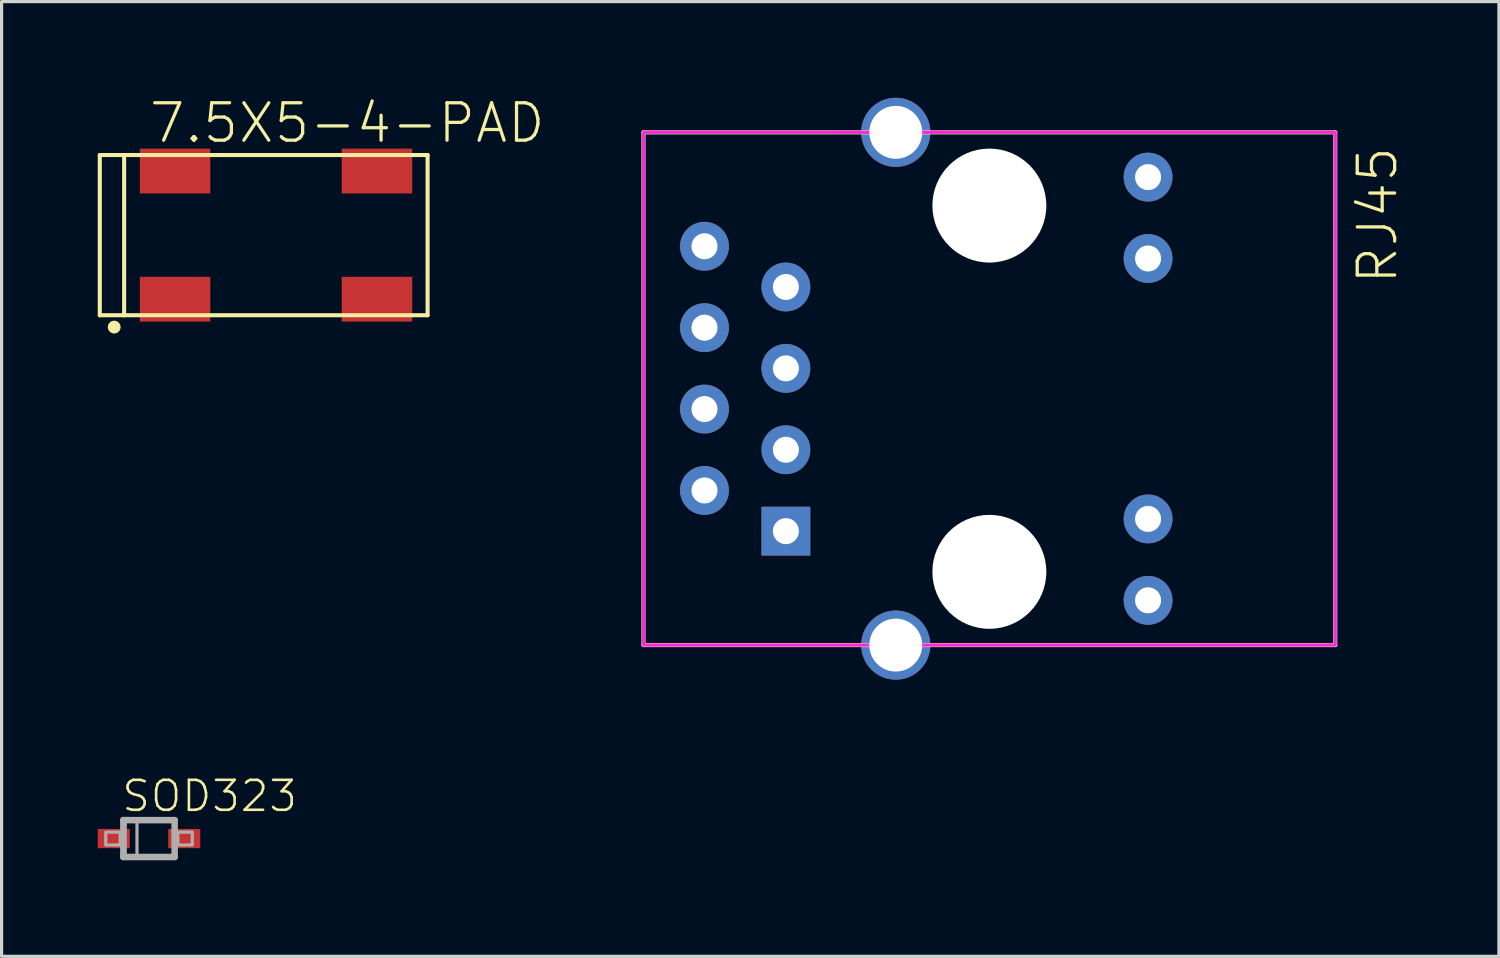
<source format=kicad_pcb>
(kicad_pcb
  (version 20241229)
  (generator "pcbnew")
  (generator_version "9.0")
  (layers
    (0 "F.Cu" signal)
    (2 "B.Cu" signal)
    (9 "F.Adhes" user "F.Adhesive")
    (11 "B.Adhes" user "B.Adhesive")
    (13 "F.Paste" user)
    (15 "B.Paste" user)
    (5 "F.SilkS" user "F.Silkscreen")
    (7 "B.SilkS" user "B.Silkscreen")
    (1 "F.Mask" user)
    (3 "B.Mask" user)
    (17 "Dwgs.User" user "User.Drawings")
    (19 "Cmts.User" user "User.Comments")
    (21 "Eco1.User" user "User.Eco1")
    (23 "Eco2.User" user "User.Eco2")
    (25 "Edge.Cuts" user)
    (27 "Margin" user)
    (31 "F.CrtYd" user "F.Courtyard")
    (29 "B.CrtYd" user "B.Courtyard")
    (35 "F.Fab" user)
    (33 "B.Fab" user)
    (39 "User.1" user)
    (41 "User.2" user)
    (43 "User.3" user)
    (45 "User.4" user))
  (footprint "7.5X5-4-PAD"
    (layer "F.Cu")
    (at 5.564 4.288)
    (property "Reference" "7.5X5-4-PAD" (at -4.019 -2.815 0) (layer "F.SilkS") (effects (font (size 1.168 1.168) (thickness 0.102)) (justify left bottom)))
    (fp_line (start -5.5 -2.5) (end -5.5 2.5) (stroke (width 0.127) (type solid)) (layer "F.SilkS"))
    (fp_line (start -5.5 -2.5) (end 4.73 -2.5) (stroke (width 0.127) (type solid)) (layer "F.SilkS"))
    (fp_line (start -5.5 2.5) (end -4.74 2.5) (stroke (width 0.127) (type solid)) (layer "F.SilkS"))
    (fp_line (start -4.74 2.5) (end -4.74 -2.46) (stroke (width 0.127) (type solid)) (layer "F.SilkS"))
    (fp_line (start 4.73 -2.5) (end 4.73 2.5) (stroke (width 0.127) (type solid)) (layer "F.SilkS"))
    (fp_line (start 4.73 2.5) (end -4.74 2.5) (stroke (width 0.127) (type solid)) (layer "F.SilkS"))
    (fp_circle (center -5.05 2.87) (end -4.95 2.87) (stroke (width 0.2) (type solid)) (fill yes) (layer "F.SilkS"))
    (pad "1" smd rect (at -3.15 2) (size 2.2 1.4) (layers "F.Cu" "F.Mask" "F.Paste"))
    (pad "2" smd rect (at 3.15 2) (size 2.2 1.4) (layers "F.Cu" "F.Mask" "F.Paste"))
    (pad "3" smd rect (at 3.15 -2 180) (size 2.2 1.4) (layers "F.Cu" "F.Mask" "F.Paste"))
    (pad "4" smd rect (at -3.15 -2 180) (size 2.2 1.4) (layers "F.Cu" "F.Mask" "F.Paste")))
  (footprint "RJ45"
    (layer "F.Cu")
    (at 27.826 9.081)
    (property "Reference" "RJ45" (at 11.43 -7.62 90) (layer "F.SilkS") (effects (font (size 1.168 1.168) (thickness 0.102)) (justify right top)))
    (fp_line (start -10.795 -8.001) (end 10.795 -8.001) (stroke (width 0.127) (type solid)) (layer "F.SilkS"))
    (fp_line (start -10.795 8.001) (end -10.795 -8.001) (stroke (width 0.127) (type solid)) (layer "F.SilkS"))
    (fp_line (start 10.795 -8.001) (end 10.795 8.001) (stroke (width 0.127) (type solid)) (layer "F.SilkS"))
    (fp_line (start 10.795 8.001) (end -10.795 8.001) (stroke (width 0.127) (type solid)) (layer "F.SilkS"))
    (fp_poly (pts (xy -10.795 8.001) (xy 10.795 8.001) (xy 10.795 -8.001) (xy -10.795 -8.001)) (stroke (width 0.1) (type default)) (fill no) (layer "F.CrtYd"))
    (fp_text user "${REFERENCE}" (at -0.635 0 0) (layer "F.Mask") (effects (font (size 0.234 0.234) (thickness 0.02)) (justify left bottom)))
    (pad "" np_thru_hole circle (at 0 -5.715) (size 3.556 3.556) (drill 3.556) (layers "*.Cu" "*.Mask"))
    (pad "" np_thru_hole circle (at 0 5.715) (size 3.556 3.556) (drill 3.556) (layers "*.Cu" "*.Mask"))
    (pad "G+" thru_hole circle (at 4.953 6.604 90) (size 1.524 1.524) (drill 0.813) (layers "*.Cu" "*.Mask"))
    (pad "G-" thru_hole circle (at 4.953 4.064 90) (size 1.524 1.524) (drill 0.813) (layers "*.Cu" "*.Mask"))
    (pad "GND" thru_hole circle (at -8.89 -4.445 90) (size 1.524 1.524) (drill 0.813) (layers "*.Cu" "*.Mask"))
    (pad "NC" thru_hole circle (at -6.35 -3.175 90) (size 1.524 1.524) (drill 0.813) (layers "*.Cu" "*.Mask"))
    (pad "P4" thru_hole circle (at -8.89 0.635 90) (size 1.524 1.524) (drill 0.813) (layers "*.Cu" "*.Mask"))
    (pad "P5" thru_hole circle (at -6.35 -0.635 90) (size 1.524 1.524) (drill 0.813) (layers "*.Cu" "*.Mask"))
    (pad "RD+" thru_hole circle (at -6.35 1.905 90) (size 1.524 1.524) (drill 0.813) (layers "*.Cu" "*.Mask"))
    (pad "RD-" thru_hole circle (at -8.89 -1.905 90) (size 1.524 1.524) (drill 0.813) (layers "*.Cu" "*.Mask"))
    (pad "SHIELD0" thru_hole circle (at -2.921 -8.001 90) (size 2.159 2.159) (drill 1.651) (layers "*.Cu" "*.Mask"))
    (pad "SHIELD1" thru_hole circle (at -2.921 8.001 90) (size 2.159 2.159) (drill 1.651) (layers "*.Cu" "*.Mask"))
    (pad "TD+" thru_hole rect (at -6.35 4.445 90) (size 1.524 1.524) (drill 0.813) (layers "*.Cu" "*.Mask"))
    (pad "TD-" thru_hole circle (at -8.89 3.175 90) (size 1.524 1.524) (drill 0.813) (layers "*.Cu" "*.Mask"))
    (pad "Y+" thru_hole circle (at 4.953 -6.604 90) (size 1.524 1.524) (drill 0.813) (layers "*.Cu" "*.Mask"))
    (pad "Y-" thru_hole circle (at 4.953 -4.064 90) (size 1.524 1.524) (drill 0.813) (layers "*.Cu" "*.Mask")))
  (footprint "SOD323"
    (layer "F.Cu")
    (at 1.6 23.12)
    (property "Reference" "SOD323" (at -0.9 -0.78 0) (layer "F.SilkS") (effects (font (size 0.935 0.935) (thickness 0.081)) (justify left bottom)))
    (fp_line (start -0.8 -0.575) (end 0.8 -0.575) (stroke (width 0.203) (type solid)) (layer "F.Fab"))
    (fp_line (start -0.8 0.575) (end -0.8 -0.575) (stroke (width 0.203) (type solid)) (layer "F.Fab"))
    (fp_line (start 0.8 -0.575) (end 0.8 0.575) (stroke (width 0.203) (type solid)) (layer "F.Fab"))
    (fp_line (start 0.8 0.575) (end -0.8 0.575) (stroke (width 0.203) (type solid)) (layer "F.Fab"))
    (fp_poly (pts (xy -1.35 0.2) (xy -0.9 0.2) (xy -0.9 -0.2) (xy -1.35 -0.2)) (stroke (width 0.1) (type default)) (fill no) (layer "F.Fab"))
    (fp_poly (pts (xy -0.75 0.575) (xy -0.375 0.575) (xy -0.375 -0.575) (xy -0.75 -0.575)) (stroke (width 0.1) (type default)) (fill no) (layer "F.Fab"))
    (fp_poly (pts (xy 0.9 0.2) (xy 1.35 0.2) (xy 1.35 -0.2) (xy 0.9 -0.2)) (stroke (width 0.1) (type default)) (fill no) (layer "F.Fab"))
    (pad "1" smd rect (at -1.1 0) (size 1 0.6) (layers "F.Cu" "F.Mask" "F.Paste"))
    (pad "2" smd rect (at 1.1 0) (size 1 0.6) (layers "F.Cu" "F.Mask" "F.Paste")))
  (gr_rect
    (start -3 -3)
    (end 43.729 26.796)
    (stroke (width 0.1) (type default))
    (fill no)
    (layer "Edge.Cuts")))
</source>
